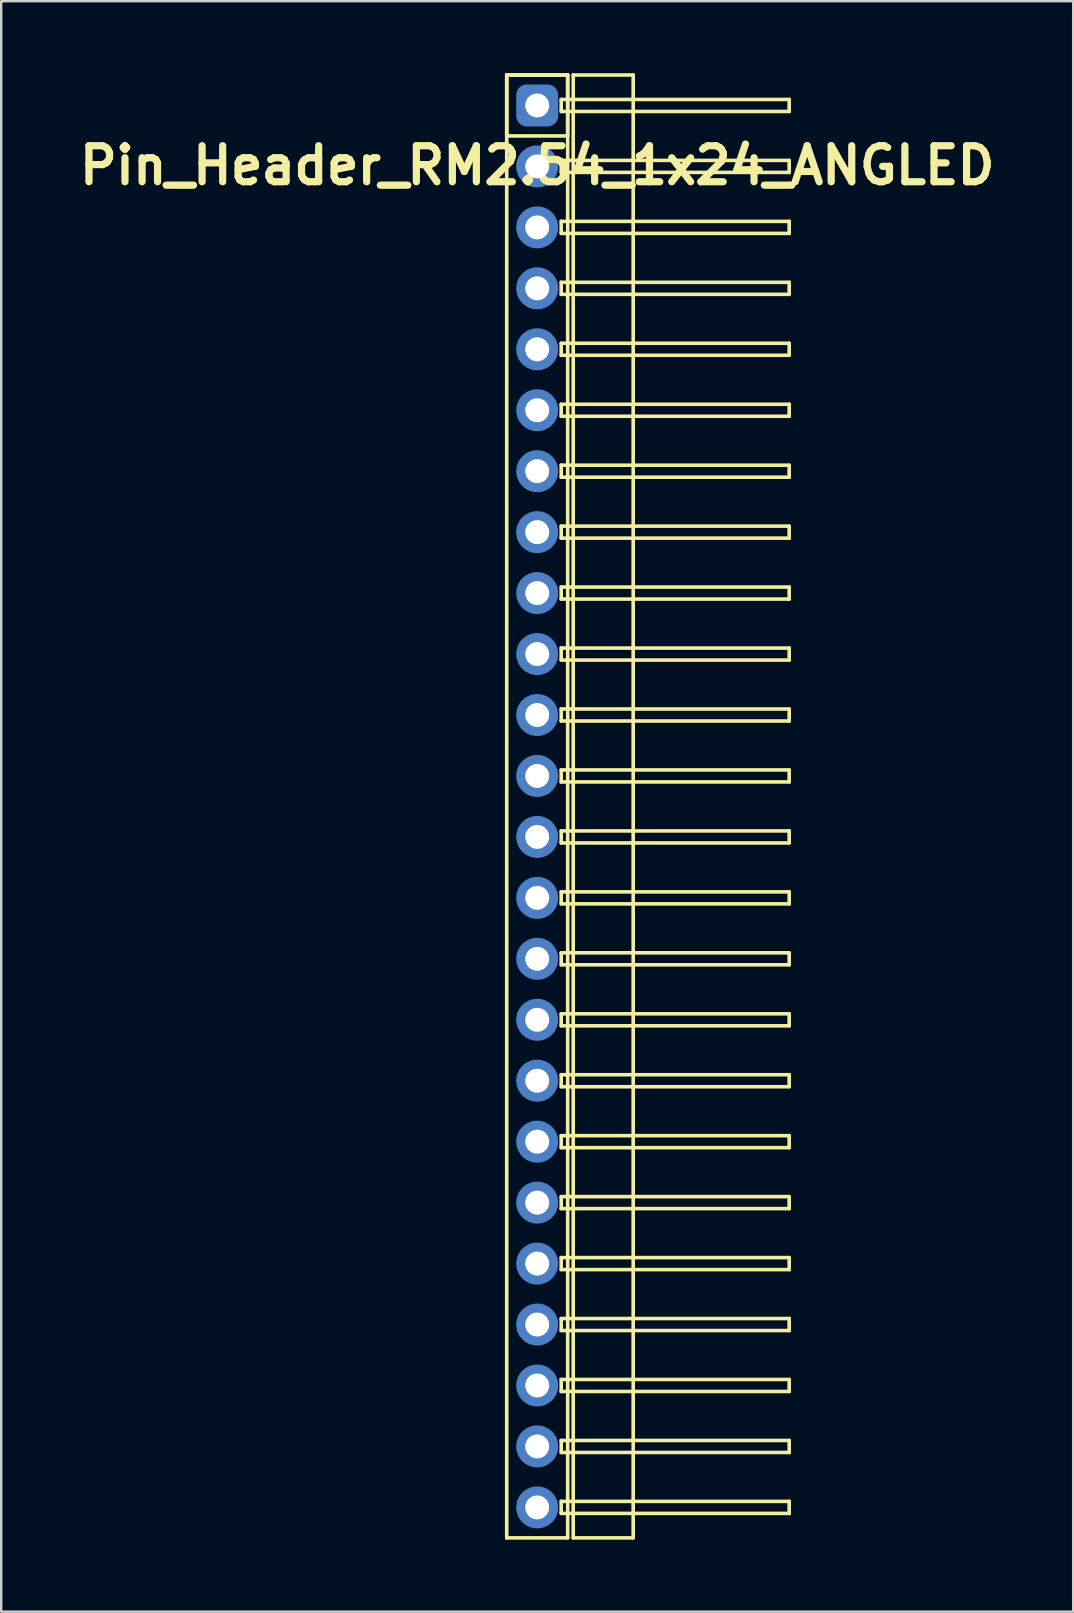
<source format=kicad_pcb>
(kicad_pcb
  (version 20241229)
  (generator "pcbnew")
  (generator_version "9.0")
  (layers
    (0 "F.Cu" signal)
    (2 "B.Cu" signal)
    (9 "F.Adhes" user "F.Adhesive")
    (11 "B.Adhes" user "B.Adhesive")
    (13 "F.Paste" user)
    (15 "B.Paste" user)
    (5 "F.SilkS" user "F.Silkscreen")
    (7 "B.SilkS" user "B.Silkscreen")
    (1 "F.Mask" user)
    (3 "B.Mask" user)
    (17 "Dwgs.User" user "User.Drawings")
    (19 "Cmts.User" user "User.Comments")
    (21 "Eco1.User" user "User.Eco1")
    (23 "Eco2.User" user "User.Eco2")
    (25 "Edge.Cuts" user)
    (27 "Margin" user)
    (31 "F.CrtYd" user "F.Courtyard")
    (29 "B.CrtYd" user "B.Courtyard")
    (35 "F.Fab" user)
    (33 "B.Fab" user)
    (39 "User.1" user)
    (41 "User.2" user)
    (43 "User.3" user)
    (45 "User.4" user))
  (footprint "Pin_Header_RM2.54_1x24_ANGLED"
    (layer "F.Cu")
    (at 19.336 1.345)
    (property "Reference" "Pin_Header_RM2.54_1x24_ANGLED" (at 0 2.5 0) (layer "F.SilkS") (effects (font (size 1.5 1.5) (thickness 0.3))))
    (attr through_hole)
    (fp_line (start -1.27 -1.27) (end 1.27 -1.27) (stroke (width 0.15) (type solid)) (layer "F.SilkS"))
    (fp_line (start -1.27 -1.27) (end 1.27 -1.27) (stroke (width 0.15) (type solid)) (layer "F.SilkS"))
    (fp_line (start -1.27 1.27) (end -1.27 -1.27) (stroke (width 0.15) (type solid)) (layer "F.SilkS"))
    (fp_line (start -1.27 59.69) (end -1.27 -1.27) (stroke (width 0.15) (type solid)) (layer "F.SilkS"))
    (fp_line (start 1 -0.25) (end 10.5 -0.25) (stroke (width 0.15) (type solid)) (layer "F.SilkS"))
    (fp_line (start 1 0.25) (end 1 -0.25) (stroke (width 0.15) (type solid)) (layer "F.SilkS"))
    (fp_line (start 1 2.29) (end 10.5 2.29) (stroke (width 0.15) (type solid)) (layer "F.SilkS"))
    (fp_line (start 1 2.79) (end 1 2.29) (stroke (width 0.15) (type solid)) (layer "F.SilkS"))
    (fp_line (start 1 4.83) (end 10.5 4.83) (stroke (width 0.15) (type solid)) (layer "F.SilkS"))
    (fp_line (start 1 5.33) (end 1 4.83) (stroke (width 0.15) (type solid)) (layer "F.SilkS"))
    (fp_line (start 1 7.37) (end 10.5 7.37) (stroke (width 0.15) (type solid)) (layer "F.SilkS"))
    (fp_line (start 1 7.87) (end 1 7.37) (stroke (width 0.15) (type solid)) (layer "F.SilkS"))
    (fp_line (start 1 9.91) (end 10.5 9.91) (stroke (width 0.15) (type solid)) (layer "F.SilkS"))
    (fp_line (start 1 10.41) (end 1 9.91) (stroke (width 0.15) (type solid)) (layer "F.SilkS"))
    (fp_line (start 1 12.45) (end 10.5 12.45) (stroke (width 0.15) (type solid)) (layer "F.SilkS"))
    (fp_line (start 1 12.95) (end 1 12.45) (stroke (width 0.15) (type solid)) (layer "F.SilkS"))
    (fp_line (start 1 14.99) (end 10.5 14.99) (stroke (width 0.15) (type solid)) (layer "F.SilkS"))
    (fp_line (start 1 15.49) (end 1 14.99) (stroke (width 0.15) (type solid)) (layer "F.SilkS"))
    (fp_line (start 1 17.53) (end 10.5 17.53) (stroke (width 0.15) (type solid)) (layer "F.SilkS"))
    (fp_line (start 1 18.03) (end 1 17.53) (stroke (width 0.15) (type solid)) (layer "F.SilkS"))
    (fp_line (start 1 20.07) (end 10.5 20.07) (stroke (width 0.15) (type solid)) (layer "F.SilkS"))
    (fp_line (start 1 20.57) (end 1 20.07) (stroke (width 0.15) (type solid)) (layer "F.SilkS"))
    (fp_line (start 1 22.61) (end 10.5 22.61) (stroke (width 0.15) (type solid)) (layer "F.SilkS"))
    (fp_line (start 1 23.11) (end 1 22.61) (stroke (width 0.15) (type solid)) (layer "F.SilkS"))
    (fp_line (start 1 25.15) (end 10.5 25.15) (stroke (width 0.15) (type solid)) (layer "F.SilkS"))
    (fp_line (start 1 25.65) (end 1 25.15) (stroke (width 0.15) (type solid)) (layer "F.SilkS"))
    (fp_line (start 1 27.69) (end 10.5 27.69) (stroke (width 0.15) (type solid)) (layer "F.SilkS"))
    (fp_line (start 1 28.19) (end 1 27.69) (stroke (width 0.15) (type solid)) (layer "F.SilkS"))
    (fp_line (start 1 30.23) (end 10.5 30.23) (stroke (width 0.15) (type solid)) (layer "F.SilkS"))
    (fp_line (start 1 30.73) (end 1 30.23) (stroke (width 0.15) (type solid)) (layer "F.SilkS"))
    (fp_line (start 1 32.77) (end 10.5 32.77) (stroke (width 0.15) (type solid)) (layer "F.SilkS"))
    (fp_line (start 1 33.27) (end 1 32.77) (stroke (width 0.15) (type solid)) (layer "F.SilkS"))
    (fp_line (start 1 35.31) (end 10.5 35.31) (stroke (width 0.15) (type solid)) (layer "F.SilkS"))
    (fp_line (start 1 35.81) (end 1 35.31) (stroke (width 0.15) (type solid)) (layer "F.SilkS"))
    (fp_line (start 1 37.85) (end 10.5 37.85) (stroke (width 0.15) (type solid)) (layer "F.SilkS"))
    (fp_line (start 1 38.35) (end 1 37.85) (stroke (width 0.15) (type solid)) (layer "F.SilkS"))
    (fp_line (start 1 40.39) (end 10.5 40.39) (stroke (width 0.15) (type solid)) (layer "F.SilkS"))
    (fp_line (start 1 40.89) (end 1 40.39) (stroke (width 0.15) (type solid)) (layer "F.SilkS"))
    (fp_line (start 1 42.93) (end 10.5 42.93) (stroke (width 0.15) (type solid)) (layer "F.SilkS"))
    (fp_line (start 1 43.43) (end 1 42.93) (stroke (width 0.15) (type solid)) (layer "F.SilkS"))
    (fp_line (start 1 45.47) (end 10.5 45.47) (stroke (width 0.15) (type solid)) (layer "F.SilkS"))
    (fp_line (start 1 45.97) (end 1 45.47) (stroke (width 0.15) (type solid)) (layer "F.SilkS"))
    (fp_line (start 1 48.01) (end 10.5 48.01) (stroke (width 0.15) (type solid)) (layer "F.SilkS"))
    (fp_line (start 1 48.51) (end 1 48.01) (stroke (width 0.15) (type solid)) (layer "F.SilkS"))
    (fp_line (start 1 50.55) (end 10.5 50.55) (stroke (width 0.15) (type solid)) (layer "F.SilkS"))
    (fp_line (start 1 51.05) (end 1 50.55) (stroke (width 0.15) (type solid)) (layer "F.SilkS"))
    (fp_line (start 1 53.09) (end 10.5 53.09) (stroke (width 0.15) (type solid)) (layer "F.SilkS"))
    (fp_line (start 1 53.59) (end 1 53.09) (stroke (width 0.15) (type solid)) (layer "F.SilkS"))
    (fp_line (start 1 55.63) (end 10.5 55.63) (stroke (width 0.15) (type solid)) (layer "F.SilkS"))
    (fp_line (start 1 56.13) (end 1 55.63) (stroke (width 0.15) (type solid)) (layer "F.SilkS"))
    (fp_line (start 1 58.17) (end 10.5 58.17) (stroke (width 0.15) (type solid)) (layer "F.SilkS"))
    (fp_line (start 1 58.67) (end 1 58.17) (stroke (width 0.15) (type solid)) (layer "F.SilkS"))
    (fp_line (start 1.27 -1.27) (end 1.27 1.27) (stroke (width 0.15) (type solid)) (layer "F.SilkS"))
    (fp_line (start 1.27 -1.27) (end 1.27 59.69) (stroke (width 0.15) (type solid)) (layer "F.SilkS"))
    (fp_line (start 1.27 1.27) (end -1.27 1.27) (stroke (width 0.15) (type solid)) (layer "F.SilkS"))
    (fp_line (start 1.27 59.69) (end -1.27 59.69) (stroke (width 0.15) (type solid)) (layer "F.SilkS"))
    (fp_line (start 1.5 -1.27) (end 4 -1.27) (stroke (width 0.15) (type solid)) (layer "F.SilkS"))
    (fp_line (start 1.5 59.69) (end 1.5 -1.27) (stroke (width 0.15) (type solid)) (layer "F.SilkS"))
    (fp_line (start 4 -1.27) (end 4 59.69) (stroke (width 0.15) (type solid)) (layer "F.SilkS"))
    (fp_line (start 4 59.69) (end 1.5 59.69) (stroke (width 0.15) (type solid)) (layer "F.SilkS"))
    (fp_line (start 10.5 -0.25) (end 10.5 0.25) (stroke (width 0.15) (type solid)) (layer "F.SilkS"))
    (fp_line (start 10.5 0.25) (end 1 0.25) (stroke (width 0.15) (type solid)) (layer "F.SilkS"))
    (fp_line (start 10.5 2.29) (end 10.5 2.79) (stroke (width 0.15) (type solid)) (layer "F.SilkS"))
    (fp_line (start 10.5 2.79) (end 1 2.79) (stroke (width 0.15) (type solid)) (layer "F.SilkS"))
    (fp_line (start 10.5 4.83) (end 10.5 5.33) (stroke (width 0.15) (type solid)) (layer "F.SilkS"))
    (fp_line (start 10.5 5.33) (end 1 5.33) (stroke (width 0.15) (type solid)) (layer "F.SilkS"))
    (fp_line (start 10.5 7.37) (end 10.5 7.87) (stroke (width 0.15) (type solid)) (layer "F.SilkS"))
    (fp_line (start 10.5 7.87) (end 1 7.87) (stroke (width 0.15) (type solid)) (layer "F.SilkS"))
    (fp_line (start 10.5 9.91) (end 10.5 10.41) (stroke (width 0.15) (type solid)) (layer "F.SilkS"))
    (fp_line (start 10.5 10.41) (end 1 10.41) (stroke (width 0.15) (type solid)) (layer "F.SilkS"))
    (fp_line (start 10.5 12.45) (end 10.5 12.95) (stroke (width 0.15) (type solid)) (layer "F.SilkS"))
    (fp_line (start 10.5 12.95) (end 1 12.95) (stroke (width 0.15) (type solid)) (layer "F.SilkS"))
    (fp_line (start 10.5 14.99) (end 10.5 15.49) (stroke (width 0.15) (type solid)) (layer "F.SilkS"))
    (fp_line (start 10.5 15.49) (end 1 15.49) (stroke (width 0.15) (type solid)) (layer "F.SilkS"))
    (fp_line (start 10.5 17.53) (end 10.5 18.03) (stroke (width 0.15) (type solid)) (layer "F.SilkS"))
    (fp_line (start 10.5 18.03) (end 1 18.03) (stroke (width 0.15) (type solid)) (layer "F.SilkS"))
    (fp_line (start 10.5 20.07) (end 10.5 20.57) (stroke (width 0.15) (type solid)) (layer "F.SilkS"))
    (fp_line (start 10.5 20.57) (end 1 20.57) (stroke (width 0.15) (type solid)) (layer "F.SilkS"))
    (fp_line (start 10.5 22.61) (end 10.5 23.11) (stroke (width 0.15) (type solid)) (layer "F.SilkS"))
    (fp_line (start 10.5 23.11) (end 1 23.11) (stroke (width 0.15) (type solid)) (layer "F.SilkS"))
    (fp_line (start 10.5 25.15) (end 10.5 25.65) (stroke (width 0.15) (type solid)) (layer "F.SilkS"))
    (fp_line (start 10.5 25.65) (end 1 25.65) (stroke (width 0.15) (type solid)) (layer "F.SilkS"))
    (fp_line (start 10.5 27.69) (end 10.5 28.19) (stroke (width 0.15) (type solid)) (layer "F.SilkS"))
    (fp_line (start 10.5 28.19) (end 1 28.19) (stroke (width 0.15) (type solid)) (layer "F.SilkS"))
    (fp_line (start 10.5 30.23) (end 10.5 30.73) (stroke (width 0.15) (type solid)) (layer "F.SilkS"))
    (fp_line (start 10.5 30.73) (end 1 30.73) (stroke (width 0.15) (type solid)) (layer "F.SilkS"))
    (fp_line (start 10.5 32.77) (end 10.5 33.27) (stroke (width 0.15) (type solid)) (layer "F.SilkS"))
    (fp_line (start 10.5 33.27) (end 1 33.27) (stroke (width 0.15) (type solid)) (layer "F.SilkS"))
    (fp_line (start 10.5 35.31) (end 10.5 35.81) (stroke (width 0.15) (type solid)) (layer "F.SilkS"))
    (fp_line (start 10.5 35.81) (end 1 35.81) (stroke (width 0.15) (type solid)) (layer "F.SilkS"))
    (fp_line (start 10.5 37.85) (end 10.5 38.35) (stroke (width 0.15) (type solid)) (layer "F.SilkS"))
    (fp_line (start 10.5 38.35) (end 1 38.35) (stroke (width 0.15) (type solid)) (layer "F.SilkS"))
    (fp_line (start 10.5 40.39) (end 10.5 40.89) (stroke (width 0.15) (type solid)) (layer "F.SilkS"))
    (fp_line (start 10.5 40.89) (end 1 40.89) (stroke (width 0.15) (type solid)) (layer "F.SilkS"))
    (fp_line (start 10.5 42.93) (end 10.5 43.43) (stroke (width 0.15) (type solid)) (layer "F.SilkS"))
    (fp_line (start 10.5 43.43) (end 1 43.43) (stroke (width 0.15) (type solid)) (layer "F.SilkS"))
    (fp_line (start 10.5 45.47) (end 10.5 45.97) (stroke (width 0.15) (type solid)) (layer "F.SilkS"))
    (fp_line (start 10.5 45.97) (end 1 45.97) (stroke (width 0.15) (type solid)) (layer "F.SilkS"))
    (fp_line (start 10.5 48.01) (end 10.5 48.51) (stroke (width 0.15) (type solid)) (layer "F.SilkS"))
    (fp_line (start 10.5 48.51) (end 1 48.51) (stroke (width 0.15) (type solid)) (layer "F.SilkS"))
    (fp_line (start 10.5 50.55) (end 10.5 51.05) (stroke (width 0.15) (type solid)) (layer "F.SilkS"))
    (fp_line (start 10.5 51.05) (end 1 51.05) (stroke (width 0.15) (type solid)) (layer "F.SilkS"))
    (fp_line (start 10.5 53.09) (end 10.5 53.59) (stroke (width 0.15) (type solid)) (layer "F.SilkS"))
    (fp_line (start 10.5 53.59) (end 1 53.59) (stroke (width 0.15) (type solid)) (layer "F.SilkS"))
    (fp_line (start 10.5 55.63) (end 10.5 56.13) (stroke (width 0.15) (type solid)) (layer "F.SilkS"))
    (fp_line (start 10.5 56.13) (end 1 56.13) (stroke (width 0.15) (type solid)) (layer "F.SilkS"))
    (fp_line (start 10.5 58.17) (end 10.5 58.67) (stroke (width 0.15) (type solid)) (layer "F.SilkS"))
    (fp_line (start 10.5 58.67) (end 1 58.67) (stroke (width 0.15) (type solid)) (layer "F.SilkS"))
    (pad "1" thru_hole circle (at 0 0) (size 1.3 1.3) (drill 1) (layers "*.Cu" "*.Mask"))
    (pad "1" smd roundrect (at 0 0) (size 1.5 1.5) (layers "F.Cu" "F.Mask") (roundrect_rratio 0.25))
    (pad "1" smd roundrect (at 0 0) (size 1.75 1.75) (layers "B.Cu" "B.Mask") (roundrect_rratio 0.25))
    (pad "2" thru_hole circle (at 0 2.54) (size 1.3 1.3) (drill 1) (layers "*.Cu" "*.Mask"))
    (pad "2" smd circle (at 0 2.54) (size 1.5 1.5) (layers "F.Cu" "F.Mask"))
    (pad "2" smd circle (at 0 2.54) (size 1.75 1.75) (layers "B.Cu" "B.Mask"))
    (pad "3" thru_hole circle (at 0 5.08) (size 1.3 1.3) (drill 1) (layers "*.Cu" "*.Mask"))
    (pad "3" smd circle (at 0 5.08) (size 1.5 1.5) (layers "F.Cu" "F.Mask"))
    (pad "3" smd circle (at 0 5.08) (size 1.75 1.75) (layers "B.Cu" "B.Mask"))
    (pad "4" thru_hole circle (at 0 7.62) (size 1.3 1.3) (drill 1) (layers "*.Cu" "*.Mask"))
    (pad "4" smd circle (at 0 7.62) (size 1.5 1.5) (layers "F.Cu" "F.Mask"))
    (pad "4" smd circle (at 0 7.62) (size 1.75 1.75) (layers "B.Cu" "B.Mask"))
    (pad "5" thru_hole circle (at 0 10.16) (size 1.3 1.3) (drill 1) (layers "*.Cu" "*.Mask"))
    (pad "5" smd circle (at 0 10.16) (size 1.5 1.5) (layers "F.Cu" "F.Mask"))
    (pad "5" smd circle (at 0 10.16) (size 1.75 1.75) (layers "B.Cu" "B.Mask"))
    (pad "6" thru_hole circle (at 0 12.7) (size 1.3 1.3) (drill 1) (layers "*.Cu" "*.Mask"))
    (pad "6" smd circle (at 0 12.7) (size 1.5 1.5) (layers "F.Cu" "F.Mask"))
    (pad "6" smd circle (at 0 12.7) (size 1.75 1.75) (layers "B.Cu" "B.Mask"))
    (pad "7" thru_hole circle (at 0 15.24) (size 1.3 1.3) (drill 1) (layers "*.Cu" "*.Mask"))
    (pad "7" smd circle (at 0 15.24) (size 1.5 1.5) (layers "F.Cu" "F.Mask"))
    (pad "7" smd circle (at 0 15.24) (size 1.75 1.75) (layers "B.Cu" "B.Mask"))
    (pad "8" thru_hole circle (at 0 17.78) (size 1.3 1.3) (drill 1) (layers "*.Cu" "*.Mask"))
    (pad "8" smd circle (at 0 17.78) (size 1.5 1.5) (layers "F.Cu" "F.Mask"))
    (pad "8" smd circle (at 0 17.78) (size 1.75 1.75) (layers "B.Cu" "B.Mask"))
    (pad "9" thru_hole circle (at 0 20.32) (size 1.3 1.3) (drill 1) (layers "*.Cu" "*.Mask"))
    (pad "9" smd circle (at 0 20.32) (size 1.5 1.5) (layers "F.Cu" "F.Mask"))
    (pad "9" smd circle (at 0 20.32) (size 1.75 1.75) (layers "B.Cu" "B.Mask"))
    (pad "10" thru_hole circle (at 0 22.86) (size 1.3 1.3) (drill 1) (layers "*.Cu" "*.Mask"))
    (pad "10" smd circle (at 0 22.86) (size 1.5 1.5) (layers "F.Cu" "F.Mask"))
    (pad "10" smd circle (at 0 22.86) (size 1.75 1.75) (layers "B.Cu" "B.Mask"))
    (pad "11" thru_hole circle (at 0 25.4) (size 1.3 1.3) (drill 1) (layers "*.Cu" "*.Mask"))
    (pad "11" smd circle (at 0 25.4) (size 1.5 1.5) (layers "F.Cu" "F.Mask"))
    (pad "11" smd circle (at 0 25.4) (size 1.75 1.75) (layers "B.Cu" "B.Mask"))
    (pad "12" thru_hole circle (at 0 27.94) (size 1.3 1.3) (drill 1) (layers "*.Cu" "*.Mask"))
    (pad "12" smd circle (at 0 27.94) (size 1.5 1.5) (layers "F.Cu" "F.Mask"))
    (pad "12" smd circle (at 0 27.94) (size 1.75 1.75) (layers "B.Cu" "B.Mask"))
    (pad "13" thru_hole circle (at 0 30.48) (size 1.3 1.3) (drill 1) (layers "*.Cu" "*.Mask"))
    (pad "13" smd circle (at 0 30.48) (size 1.5 1.5) (layers "F.Cu" "F.Mask"))
    (pad "13" smd circle (at 0 30.48) (size 1.75 1.75) (layers "B.Cu" "B.Mask"))
    (pad "14" thru_hole circle (at 0 33.02) (size 1.3 1.3) (drill 1) (layers "*.Cu" "*.Mask"))
    (pad "14" smd circle (at 0 33.02) (size 1.5 1.5) (layers "F.Cu" "F.Mask"))
    (pad "14" smd circle (at 0 33.02) (size 1.75 1.75) (layers "B.Cu" "B.Mask"))
    (pad "15" thru_hole circle (at 0 35.56) (size 1.3 1.3) (drill 1) (layers "*.Cu" "*.Mask"))
    (pad "15" smd circle (at 0 35.56) (size 1.5 1.5) (layers "F.Cu" "F.Mask"))
    (pad "15" smd circle (at 0 35.56) (size 1.75 1.75) (layers "B.Cu" "B.Mask"))
    (pad "16" thru_hole circle (at 0 38.1) (size 1.3 1.3) (drill 1) (layers "*.Cu" "*.Mask"))
    (pad "16" smd circle (at 0 38.1) (size 1.5 1.5) (layers "F.Cu" "F.Mask"))
    (pad "16" smd circle (at 0 38.1) (size 1.75 1.75) (layers "B.Cu" "B.Mask"))
    (pad "17" thru_hole circle (at 0 40.64) (size 1.3 1.3) (drill 1) (layers "*.Cu" "*.Mask"))
    (pad "17" smd circle (at 0 40.64) (size 1.5 1.5) (layers "F.Cu" "F.Mask"))
    (pad "17" smd circle (at 0 40.64) (size 1.75 1.75) (layers "B.Cu" "B.Mask"))
    (pad "18" thru_hole circle (at 0 43.18) (size 1.3 1.3) (drill 1) (layers "*.Cu" "*.Mask"))
    (pad "18" smd circle (at 0 43.18) (size 1.5 1.5) (layers "F.Cu" "F.Mask"))
    (pad "18" smd circle (at 0 43.18) (size 1.75 1.75) (layers "B.Cu" "B.Mask"))
    (pad "19" thru_hole circle (at 0 45.72) (size 1.3 1.3) (drill 1) (layers "*.Cu" "*.Mask"))
    (pad "19" smd circle (at 0 45.72) (size 1.5 1.5) (layers "F.Cu" "F.Mask"))
    (pad "19" smd circle (at 0 45.72) (size 1.75 1.75) (layers "B.Cu" "B.Mask"))
    (pad "20" thru_hole circle (at 0 48.26) (size 1.3 1.3) (drill 1) (layers "*.Cu" "*.Mask"))
    (pad "20" smd circle (at 0 48.26) (size 1.5 1.5) (layers "F.Cu" "F.Mask"))
    (pad "20" smd circle (at 0 48.26) (size 1.75 1.75) (layers "B.Cu" "B.Mask"))
    (pad "21" thru_hole circle (at 0 50.8) (size 1.3 1.3) (drill 1) (layers "*.Cu" "*.Mask"))
    (pad "21" smd circle (at 0 50.8) (size 1.5 1.5) (layers "F.Cu" "F.Mask"))
    (pad "21" smd circle (at 0 50.8) (size 1.75 1.75) (layers "B.Cu" "B.Mask"))
    (pad "22" thru_hole circle (at 0 53.34) (size 1.3 1.3) (drill 1) (layers "*.Cu" "*.Mask"))
    (pad "22" smd circle (at 0 53.34) (size 1.5 1.5) (layers "F.Cu" "F.Mask"))
    (pad "22" smd circle (at 0 53.34) (size 1.75 1.75) (layers "B.Cu" "B.Mask"))
    (pad "23" thru_hole circle (at 0 55.88) (size 1.3 1.3) (drill 1) (layers "*.Cu" "*.Mask"))
    (pad "23" smd circle (at 0 55.88) (size 1.5 1.5) (layers "F.Cu" "F.Mask"))
    (pad "23" smd circle (at 0 55.88) (size 1.75 1.75) (layers "B.Cu" "B.Mask"))
    (pad "24" thru_hole circle (at 0 58.42) (size 1.3 1.3) (drill 1) (layers "*.Cu" "*.Mask"))
    (pad "24" smd circle (at 0 58.42) (size 1.5 1.5) (layers "F.Cu" "F.Mask"))
    (pad "24" smd circle (at 0 58.42) (size 1.75 1.75) (layers "B.Cu" "B.Mask")))
  (gr_rect
    (start -3 -3)
    (end 41.671 64.11)
    (stroke (width 0.1) (type default))
    (fill no)
    (layer "Edge.Cuts")))
</source>
